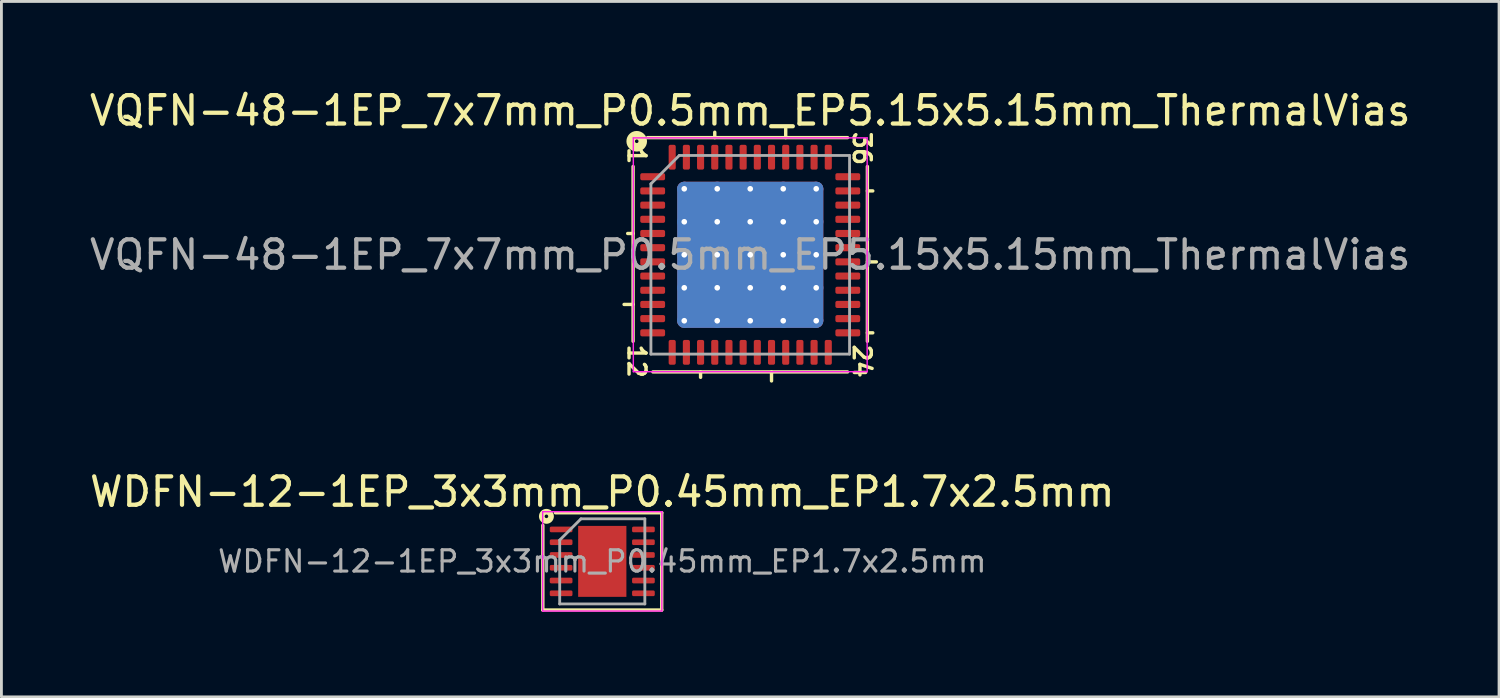
<source format=kicad_pcb>
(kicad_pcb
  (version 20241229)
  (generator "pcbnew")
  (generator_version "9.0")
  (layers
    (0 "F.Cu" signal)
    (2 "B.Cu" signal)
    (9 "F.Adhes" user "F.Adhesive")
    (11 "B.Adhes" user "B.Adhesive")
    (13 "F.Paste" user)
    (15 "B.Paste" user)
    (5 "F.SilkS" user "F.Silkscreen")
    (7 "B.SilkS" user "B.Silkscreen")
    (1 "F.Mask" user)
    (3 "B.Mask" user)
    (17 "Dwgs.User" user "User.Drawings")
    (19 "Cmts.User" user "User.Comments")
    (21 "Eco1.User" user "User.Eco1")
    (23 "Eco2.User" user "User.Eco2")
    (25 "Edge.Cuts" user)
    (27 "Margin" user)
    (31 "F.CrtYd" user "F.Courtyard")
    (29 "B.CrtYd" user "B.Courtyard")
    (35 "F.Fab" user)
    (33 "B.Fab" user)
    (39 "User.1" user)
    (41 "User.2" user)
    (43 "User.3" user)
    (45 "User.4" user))
  (footprint "WDFN-12-1EP_3x3mm_P0.45mm_EP1.7x2.5mm"
    (layer "F.Cu")
    (at 18.173 16.732)
    (property "Reference" "WDFN-12-1EP_3x3mm_P0.45mm_EP1.7x2.5mm" (at 0 -2.45 0) (layer "F.SilkS") (effects (font (size 1 1) (thickness 0.15))))
    (attr smd)
    (fp_line (start -2.095 -1.27) (end -2.095 1.714) (stroke (width 0.12) (type solid)) (layer "F.SilkS"))
    (fp_line (start -2.095 1.714) (end 2.095 1.714) (stroke (width 0.12) (type solid)) (layer "F.SilkS"))
    (fp_line (start 2.095 -1.714) (end -1.651 -1.714) (stroke (width 0.12) (type solid)) (layer "F.SilkS"))
    (fp_line (start 2.095 1.714) (end 2.095 -1.714) (stroke (width 0.12) (type solid)) (layer "F.SilkS"))
    (fp_circle (center -1.968 -1.587) (end -1.905 -1.587) (stroke (width 0.2) (type solid)) (fill no) (layer "F.SilkS"))
    (fp_line (start -2.1 -1.75) (end -2.1 1.75) (stroke (width 0.05) (type solid)) (layer "F.CrtYd"))
    (fp_line (start -2.1 1.75) (end 2.1 1.75) (stroke (width 0.05) (type solid)) (layer "F.CrtYd"))
    (fp_line (start 2.1 -1.75) (end -2.1 -1.75) (stroke (width 0.05) (type solid)) (layer "F.CrtYd"))
    (fp_line (start 2.1 1.75) (end 2.1 -1.75) (stroke (width 0.05) (type solid)) (layer "F.CrtYd"))
    (fp_line (start -1.5 -0.75) (end -0.75 -1.5) (stroke (width 0.1) (type solid)) (layer "F.Fab"))
    (fp_line (start -1.5 1.5) (end -1.5 -0.75) (stroke (width 0.1) (type solid)) (layer "F.Fab"))
    (fp_line (start -0.75 -1.5) (end 1.5 -1.5) (stroke (width 0.1) (type solid)) (layer "F.Fab"))
    (fp_line (start 1.5 -1.5) (end 1.5 1.5) (stroke (width 0.1) (type solid)) (layer "F.Fab"))
    (fp_line (start 1.5 1.5) (end -1.5 1.5) (stroke (width 0.1) (type solid)) (layer "F.Fab"))
    (fp_text user "${REFERENCE}" (at 0 0 0) (layer "F.Fab") (effects (font (size 0.75 0.75) (thickness 0.11))))
    (pad "" smd roundrect (at -0.425 -0.625) (size 0.69 1.01) (layers "F.Paste") (roundrect_rratio 0.25))
    (pad "" smd roundrect (at -0.425 0.625) (size 0.69 1.01) (layers "F.Paste") (roundrect_rratio 0.25))
    (pad "" smd roundrect (at 0.425 -0.625) (size 0.69 1.01) (layers "F.Paste") (roundrect_rratio 0.25))
    (pad "" smd roundrect (at 0.425 0.625) (size 0.69 1.01) (layers "F.Paste") (roundrect_rratio 0.25))
    (pad "1" smd roundrect (at -1.45 -1.125) (size 0.8 0.2) (layers "F.Cu" "F.Mask" "F.Paste") (roundrect_rratio 0.25))
    (pad "2" smd roundrect (at -1.45 -0.675) (size 0.8 0.2) (layers "F.Cu" "F.Mask" "F.Paste") (roundrect_rratio 0.25))
    (pad "3" smd roundrect (at -1.45 -0.225) (size 0.8 0.2) (layers "F.Cu" "F.Mask" "F.Paste") (roundrect_rratio 0.25))
    (pad "4" smd roundrect (at -1.45 0.225) (size 0.8 0.2) (layers "F.Cu" "F.Mask" "F.Paste") (roundrect_rratio 0.25))
    (pad "5" smd roundrect (at -1.45 0.675) (size 0.8 0.2) (layers "F.Cu" "F.Mask" "F.Paste") (roundrect_rratio 0.25))
    (pad "6" smd roundrect (at -1.45 1.125) (size 0.8 0.2) (layers "F.Cu" "F.Mask" "F.Paste") (roundrect_rratio 0.25))
    (pad "7" smd roundrect (at 1.45 1.125) (size 0.8 0.2) (layers "F.Cu" "F.Mask" "F.Paste") (roundrect_rratio 0.25))
    (pad "8" smd roundrect (at 1.45 0.675) (size 0.8 0.2) (layers "F.Cu" "F.Mask" "F.Paste") (roundrect_rratio 0.25))
    (pad "9" smd roundrect (at 1.45 0.225) (size 0.8 0.2) (layers "F.Cu" "F.Mask" "F.Paste") (roundrect_rratio 0.25))
    (pad "10" smd roundrect (at 1.45 -0.225) (size 0.8 0.2) (layers "F.Cu" "F.Mask" "F.Paste") (roundrect_rratio 0.25))
    (pad "11" smd roundrect (at 1.45 -0.675) (size 0.8 0.2) (layers "F.Cu" "F.Mask" "F.Paste") (roundrect_rratio 0.25))
    (pad "12" smd roundrect (at 1.45 -1.125) (size 0.8 0.2) (layers "F.Cu" "F.Mask" "F.Paste") (roundrect_rratio 0.25))
    (pad "13" smd rect (at 0 0) (size 1.7 2.5) (layers "F.Cu" "F.Mask")))
  (footprint "VQFN-48-1EP_7x7mm_P0.5mm_EP5.15x5.15mm_ThermalVias"
    (layer "F.Cu")
    (at 23.387 5.928)
    (property "Reference" "VQFN-48-1EP_7x7mm_P0.5mm_EP5.15x5.15mm_ThermalVias" (at 0 -5.08 0) (layer "F.SilkS") (effects (font (size 1 1) (thickness 0.15))))
    (attr smd)
    (fp_line (start -4.128 -3.111) (end -4.128 3.048) (stroke (width 0.12) (type solid)) (layer "F.SilkS"))
    (fp_line (start -4.128 -0.75) (end -4.318 -0.75) (stroke (width 0.12) (type solid)) (layer "F.SilkS"))
    (fp_line (start -4.128 1.75) (end -4.445 1.75) (stroke (width 0.12) (type solid)) (layer "F.SilkS"))
    (fp_line (start -3.429 4.128) (end 3.429 4.128) (stroke (width 0.12) (type solid)) (layer "F.SilkS"))
    (fp_line (start -1.75 4.128) (end -1.75 4.318) (stroke (width 0.12) (type solid)) (layer "F.SilkS"))
    (fp_line (start -1.25 -4.128) (end -1.25 -4.318) (stroke (width 0.12) (type solid)) (layer "F.SilkS"))
    (fp_line (start 0.75 4.128) (end 0.75 4.445) (stroke (width 0.12) (type solid)) (layer "F.SilkS"))
    (fp_line (start 1.25 -4.128) (end 1.25 -4.445) (stroke (width 0.12) (type solid)) (layer "F.SilkS"))
    (fp_line (start 3.429 -4.128) (end -3.619 -4.128) (stroke (width 0.12) (type solid)) (layer "F.SilkS"))
    (fp_line (start 4.128 -2.25) (end 4.318 -2.25) (stroke (width 0.12) (type solid)) (layer "F.SilkS"))
    (fp_line (start 4.128 0.25) (end 4.445 0.25) (stroke (width 0.12) (type solid)) (layer "F.SilkS"))
    (fp_line (start 4.128 2.75) (end 4.318 2.75) (stroke (width 0.12) (type solid)) (layer "F.SilkS"))
    (fp_line (start 4.128 3.048) (end 4.128 -3.111) (stroke (width 0.12) (type solid)) (layer "F.SilkS"))
    (fp_circle (center -4 -4) (end -3.937 -4) (stroke (width 0.3) (type solid)) (fill no) (layer "F.SilkS"))
    (fp_line (start -4.12 -4.12) (end -4.12 4.12) (stroke (width 0.05) (type solid)) (layer "F.CrtYd"))
    (fp_line (start -4.12 4.12) (end 4.12 4.12) (stroke (width 0.05) (type solid)) (layer "F.CrtYd"))
    (fp_line (start 4.12 -4.12) (end -4.12 -4.12) (stroke (width 0.05) (type solid)) (layer "F.CrtYd"))
    (fp_line (start 4.12 4.12) (end 4.12 -4.12) (stroke (width 0.05) (type solid)) (layer "F.CrtYd"))
    (fp_line (start -3.5 -2.5) (end -2.5 -3.5) (stroke (width 0.1) (type solid)) (layer "F.Fab"))
    (fp_line (start -3.5 3.5) (end -3.5 -2.5) (stroke (width 0.1) (type solid)) (layer "F.Fab"))
    (fp_line (start -2.5 -3.5) (end 3.5 -3.5) (stroke (width 0.1) (type solid)) (layer "F.Fab"))
    (fp_line (start 3.5 -3.5) (end 3.5 3.5) (stroke (width 0.1) (type solid)) (layer "F.Fab"))
    (fp_line (start 3.5 3.5) (end -3.5 3.5) (stroke (width 0.1) (type solid)) (layer "F.Fab"))
    (fp_text user "24" (at 3.937 3.747 270) (unlocked yes) (layer "F.SilkS") (effects (font (size 0.6 0.6) (thickness 0.12))))
    (fp_text user "12" (at -4 3.747 270) (unlocked yes) (layer "F.SilkS") (effects (font (size 0.6 0.6) (thickness 0.12))))
    (fp_text user "1" (at -4 -3.493 270) (unlocked yes) (layer "F.SilkS") (effects (font (size 0.6 0.6) (thickness 0.12))))
    (fp_text user "36" (at 3.937 -3.747 270) (unlocked yes) (layer "F.SilkS") (effects (font (size 0.6 0.6) (thickness 0.12))))
    (fp_text user "${REFERENCE}" (at 0 0 0) (layer "F.Fab") (effects (font (size 1 1) (thickness 0.15))))
    (pad "" smd roundrect (at -1.29 -1.29) (size 2.08 2.08) (layers "F.Paste") (roundrect_rratio 0.12))
    (pad "" smd roundrect (at -1.29 1.29) (size 2.08 2.08) (layers "F.Paste") (roundrect_rratio 0.12))
    (pad "" smd roundrect (at 1.29 -1.29) (size 2.08 2.08) (layers "F.Paste") (roundrect_rratio 0.12))
    (pad "" smd roundrect (at 1.29 1.29) (size 2.08 2.08) (layers "F.Paste") (roundrect_rratio 0.12))
    (pad "1" smd roundrect (at -3.438 -2.75) (size 0.875 0.25) (layers "F.Cu" "F.Mask" "F.Paste") (roundrect_rratio 0.25))
    (pad "2" smd roundrect (at -3.438 -2.25) (size 0.875 0.25) (layers "F.Cu" "F.Mask" "F.Paste") (roundrect_rratio 0.25))
    (pad "3" smd roundrect (at -3.438 -1.75) (size 0.875 0.25) (layers "F.Cu" "F.Mask" "F.Paste") (roundrect_rratio 0.25))
    (pad "4" smd roundrect (at -3.438 -1.25) (size 0.875 0.25) (layers "F.Cu" "F.Mask" "F.Paste") (roundrect_rratio 0.25))
    (pad "5" smd roundrect (at -3.438 -0.75) (size 0.875 0.25) (layers "F.Cu" "F.Mask" "F.Paste") (roundrect_rratio 0.25))
    (pad "6" smd roundrect (at -3.438 -0.25) (size 0.875 0.25) (layers "F.Cu" "F.Mask" "F.Paste") (roundrect_rratio 0.25))
    (pad "7" smd roundrect (at -3.438 0.25) (size 0.875 0.25) (layers "F.Cu" "F.Mask" "F.Paste") (roundrect_rratio 0.25))
    (pad "8" smd roundrect (at -3.438 0.75) (size 0.875 0.25) (layers "F.Cu" "F.Mask" "F.Paste") (roundrect_rratio 0.25))
    (pad "9" smd roundrect (at -3.438 1.25) (size 0.875 0.25) (layers "F.Cu" "F.Mask" "F.Paste") (roundrect_rratio 0.25))
    (pad "10" smd roundrect (at -3.438 1.75) (size 0.875 0.25) (layers "F.Cu" "F.Mask" "F.Paste") (roundrect_rratio 0.25))
    (pad "11" smd roundrect (at -3.438 2.25) (size 0.875 0.25) (layers "F.Cu" "F.Mask" "F.Paste") (roundrect_rratio 0.25))
    (pad "12" smd roundrect (at -3.438 2.75) (size 0.875 0.25) (layers "F.Cu" "F.Mask" "F.Paste") (roundrect_rratio 0.25))
    (pad "13" smd roundrect (at -2.75 3.438) (size 0.25 0.875) (layers "F.Cu" "F.Mask" "F.Paste") (roundrect_rratio 0.25))
    (pad "14" smd roundrect (at -2.25 3.438) (size 0.25 0.875) (layers "F.Cu" "F.Mask" "F.Paste") (roundrect_rratio 0.25))
    (pad "15" smd roundrect (at -1.75 3.438) (size 0.25 0.875) (layers "F.Cu" "F.Mask" "F.Paste") (roundrect_rratio 0.25))
    (pad "16" smd roundrect (at -1.25 3.438) (size 0.25 0.875) (layers "F.Cu" "F.Mask" "F.Paste") (roundrect_rratio 0.25))
    (pad "17" smd roundrect (at -0.75 3.438) (size 0.25 0.875) (layers "F.Cu" "F.Mask" "F.Paste") (roundrect_rratio 0.25))
    (pad "18" smd roundrect (at -0.25 3.438) (size 0.25 0.875) (layers "F.Cu" "F.Mask" "F.Paste") (roundrect_rratio 0.25))
    (pad "19" smd roundrect (at 0.25 3.438) (size 0.25 0.875) (layers "F.Cu" "F.Mask" "F.Paste") (roundrect_rratio 0.25))
    (pad "20" smd roundrect (at 0.75 3.438) (size 0.25 0.875) (layers "F.Cu" "F.Mask" "F.Paste") (roundrect_rratio 0.25))
    (pad "21" smd roundrect (at 1.25 3.438) (size 0.25 0.875) (layers "F.Cu" "F.Mask" "F.Paste") (roundrect_rratio 0.25))
    (pad "22" smd roundrect (at 1.75 3.438) (size 0.25 0.875) (layers "F.Cu" "F.Mask" "F.Paste") (roundrect_rratio 0.25))
    (pad "23" smd roundrect (at 2.25 3.438) (size 0.25 0.875) (layers "F.Cu" "F.Mask" "F.Paste") (roundrect_rratio 0.25))
    (pad "24" smd roundrect (at 2.75 3.438) (size 0.25 0.875) (layers "F.Cu" "F.Mask" "F.Paste") (roundrect_rratio 0.25))
    (pad "25" smd roundrect (at 3.438 2.75) (size 0.875 0.25) (layers "F.Cu" "F.Mask" "F.Paste") (roundrect_rratio 0.25))
    (pad "26" smd roundrect (at 3.438 2.25) (size 0.875 0.25) (layers "F.Cu" "F.Mask" "F.Paste") (roundrect_rratio 0.25))
    (pad "27" smd roundrect (at 3.438 1.75) (size 0.875 0.25) (layers "F.Cu" "F.Mask" "F.Paste") (roundrect_rratio 0.25))
    (pad "28" smd roundrect (at 3.438 1.25) (size 0.875 0.25) (layers "F.Cu" "F.Mask" "F.Paste") (roundrect_rratio 0.25))
    (pad "29" smd roundrect (at 3.438 0.75) (size 0.875 0.25) (layers "F.Cu" "F.Mask" "F.Paste") (roundrect_rratio 0.25))
    (pad "30" smd roundrect (at 3.438 0.25) (size 0.875 0.25) (layers "F.Cu" "F.Mask" "F.Paste") (roundrect_rratio 0.25))
    (pad "31" smd roundrect (at 3.438 -0.25) (size 0.875 0.25) (layers "F.Cu" "F.Mask" "F.Paste") (roundrect_rratio 0.25))
    (pad "32" smd roundrect (at 3.438 -0.75) (size 0.875 0.25) (layers "F.Cu" "F.Mask" "F.Paste") (roundrect_rratio 0.25))
    (pad "33" smd roundrect (at 3.438 -1.25) (size 0.875 0.25) (layers "F.Cu" "F.Mask" "F.Paste") (roundrect_rratio 0.25))
    (pad "34" smd roundrect (at 3.438 -1.75) (size 0.875 0.25) (layers "F.Cu" "F.Mask" "F.Paste") (roundrect_rratio 0.25))
    (pad "35" smd roundrect (at 3.438 -2.25) (size 0.875 0.25) (layers "F.Cu" "F.Mask" "F.Paste") (roundrect_rratio 0.25))
    (pad "36" smd roundrect (at 3.438 -2.75) (size 0.875 0.25) (layers "F.Cu" "F.Mask" "F.Paste") (roundrect_rratio 0.25))
    (pad "37" smd roundrect (at 2.75 -3.438) (size 0.25 0.875) (layers "F.Cu" "F.Mask" "F.Paste") (roundrect_rratio 0.25))
    (pad "38" smd roundrect (at 2.25 -3.438) (size 0.25 0.875) (layers "F.Cu" "F.Mask" "F.Paste") (roundrect_rratio 0.25))
    (pad "39" smd roundrect (at 1.75 -3.438) (size 0.25 0.875) (layers "F.Cu" "F.Mask" "F.Paste") (roundrect_rratio 0.25))
    (pad "40" smd roundrect (at 1.25 -3.438) (size 0.25 0.875) (layers "F.Cu" "F.Mask" "F.Paste") (roundrect_rratio 0.25))
    (pad "41" smd roundrect (at 0.75 -3.438) (size 0.25 0.875) (layers "F.Cu" "F.Mask" "F.Paste") (roundrect_rratio 0.25))
    (pad "42" smd roundrect (at 0.25 -3.438) (size 0.25 0.875) (layers "F.Cu" "F.Mask" "F.Paste") (roundrect_rratio 0.25))
    (pad "43" smd roundrect (at -0.25 -3.438) (size 0.25 0.875) (layers "F.Cu" "F.Mask" "F.Paste") (roundrect_rratio 0.25))
    (pad "44" smd roundrect (at -0.75 -3.438) (size 0.25 0.875) (layers "F.Cu" "F.Mask" "F.Paste") (roundrect_rratio 0.25))
    (pad "45" smd roundrect (at -1.25 -3.438) (size 0.25 0.875) (layers "F.Cu" "F.Mask" "F.Paste") (roundrect_rratio 0.25))
    (pad "46" smd roundrect (at -1.75 -3.438) (size 0.25 0.875) (layers "F.Cu" "F.Mask" "F.Paste") (roundrect_rratio 0.25))
    (pad "47" smd roundrect (at -2.25 -3.438) (size 0.25 0.875) (layers "F.Cu" "F.Mask" "F.Paste") (roundrect_rratio 0.25))
    (pad "48" smd roundrect (at -2.75 -3.438) (size 0.25 0.875) (layers "F.Cu" "F.Mask" "F.Paste") (roundrect_rratio 0.25))
    (pad "49" thru_hole circle (at -2.325 -2.325) (size 0.5 0.5) (drill 0.2) (layers "*.Cu"))
    (pad "49" thru_hole circle (at -2.325 -1.163) (size 0.5 0.5) (drill 0.2) (layers "*.Cu"))
    (pad "49" thru_hole circle (at -2.325 0) (size 0.5 0.5) (drill 0.2) (layers "*.Cu"))
    (pad "49" thru_hole circle (at -2.325 1.163) (size 0.5 0.5) (drill 0.2) (layers "*.Cu"))
    (pad "49" thru_hole circle (at -2.325 2.325) (size 0.5 0.5) (drill 0.2) (layers "*.Cu"))
    (pad "49" thru_hole circle (at -1.163 -2.325) (size 0.5 0.5) (drill 0.2) (layers "*.Cu"))
    (pad "49" thru_hole circle (at -1.163 -1.163) (size 0.5 0.5) (drill 0.2) (layers "*.Cu"))
    (pad "49" thru_hole circle (at -1.163 0) (size 0.5 0.5) (drill 0.2) (layers "*.Cu"))
    (pad "49" thru_hole circle (at -1.163 1.163) (size 0.5 0.5) (drill 0.2) (layers "*.Cu"))
    (pad "49" thru_hole circle (at -1.163 2.325) (size 0.5 0.5) (drill 0.2) (layers "*.Cu"))
    (pad "49" thru_hole circle (at 0 -2.325) (size 0.5 0.5) (drill 0.2) (layers "*.Cu"))
    (pad "49" thru_hole circle (at 0 -1.163) (size 0.5 0.5) (drill 0.2) (layers "*.Cu"))
    (pad "49" thru_hole circle (at 0 0) (size 0.5 0.5) (drill 0.2) (layers "*.Cu"))
    (pad "49" smd roundrect (at 0 0) (size 5.15 5.15) (layers "F.Cu" "F.Mask") (roundrect_rratio 0.049))
    (pad "49" smd roundrect (at 0 0) (size 5.15 5.15) (layers "B.Cu" "B.Mask") (roundrect_rratio 0.049))
    (pad "49" thru_hole circle (at 0 1.163) (size 0.5 0.5) (drill 0.2) (layers "*.Cu"))
    (pad "49" thru_hole circle (at 0 2.325) (size 0.5 0.5) (drill 0.2) (layers "*.Cu"))
    (pad "49" thru_hole circle (at 1.163 -2.325) (size 0.5 0.5) (drill 0.2) (layers "*.Cu"))
    (pad "49" thru_hole circle (at 1.163 -1.163) (size 0.5 0.5) (drill 0.2) (layers "*.Cu"))
    (pad "49" thru_hole circle (at 1.163 0) (size 0.5 0.5) (drill 0.2) (layers "*.Cu"))
    (pad "49" thru_hole circle (at 1.163 1.163) (size 0.5 0.5) (drill 0.2) (layers "*.Cu"))
    (pad "49" thru_hole circle (at 1.163 2.325) (size 0.5 0.5) (drill 0.2) (layers "*.Cu"))
    (pad "49" thru_hole circle (at 2.325 -2.325) (size 0.5 0.5) (drill 0.2) (layers "*.Cu"))
    (pad "49" thru_hole circle (at 2.325 -1.163) (size 0.5 0.5) (drill 0.2) (layers "*.Cu"))
    (pad "49" thru_hole circle (at 2.325 0) (size 0.5 0.5) (drill 0.2) (layers "*.Cu"))
    (pad "49" thru_hole circle (at 2.325 1.163) (size 0.5 0.5) (drill 0.2) (layers "*.Cu"))
    (pad "49" thru_hole circle (at 2.325 2.325) (size 0.5 0.5) (drill 0.2) (layers "*.Cu")))
  (gr_rect
    (start -3 -3)
    (end 49.774 21.506)
    (stroke (width 0.1) (type default))
    (fill no)
    (layer "Edge.Cuts")))
</source>
